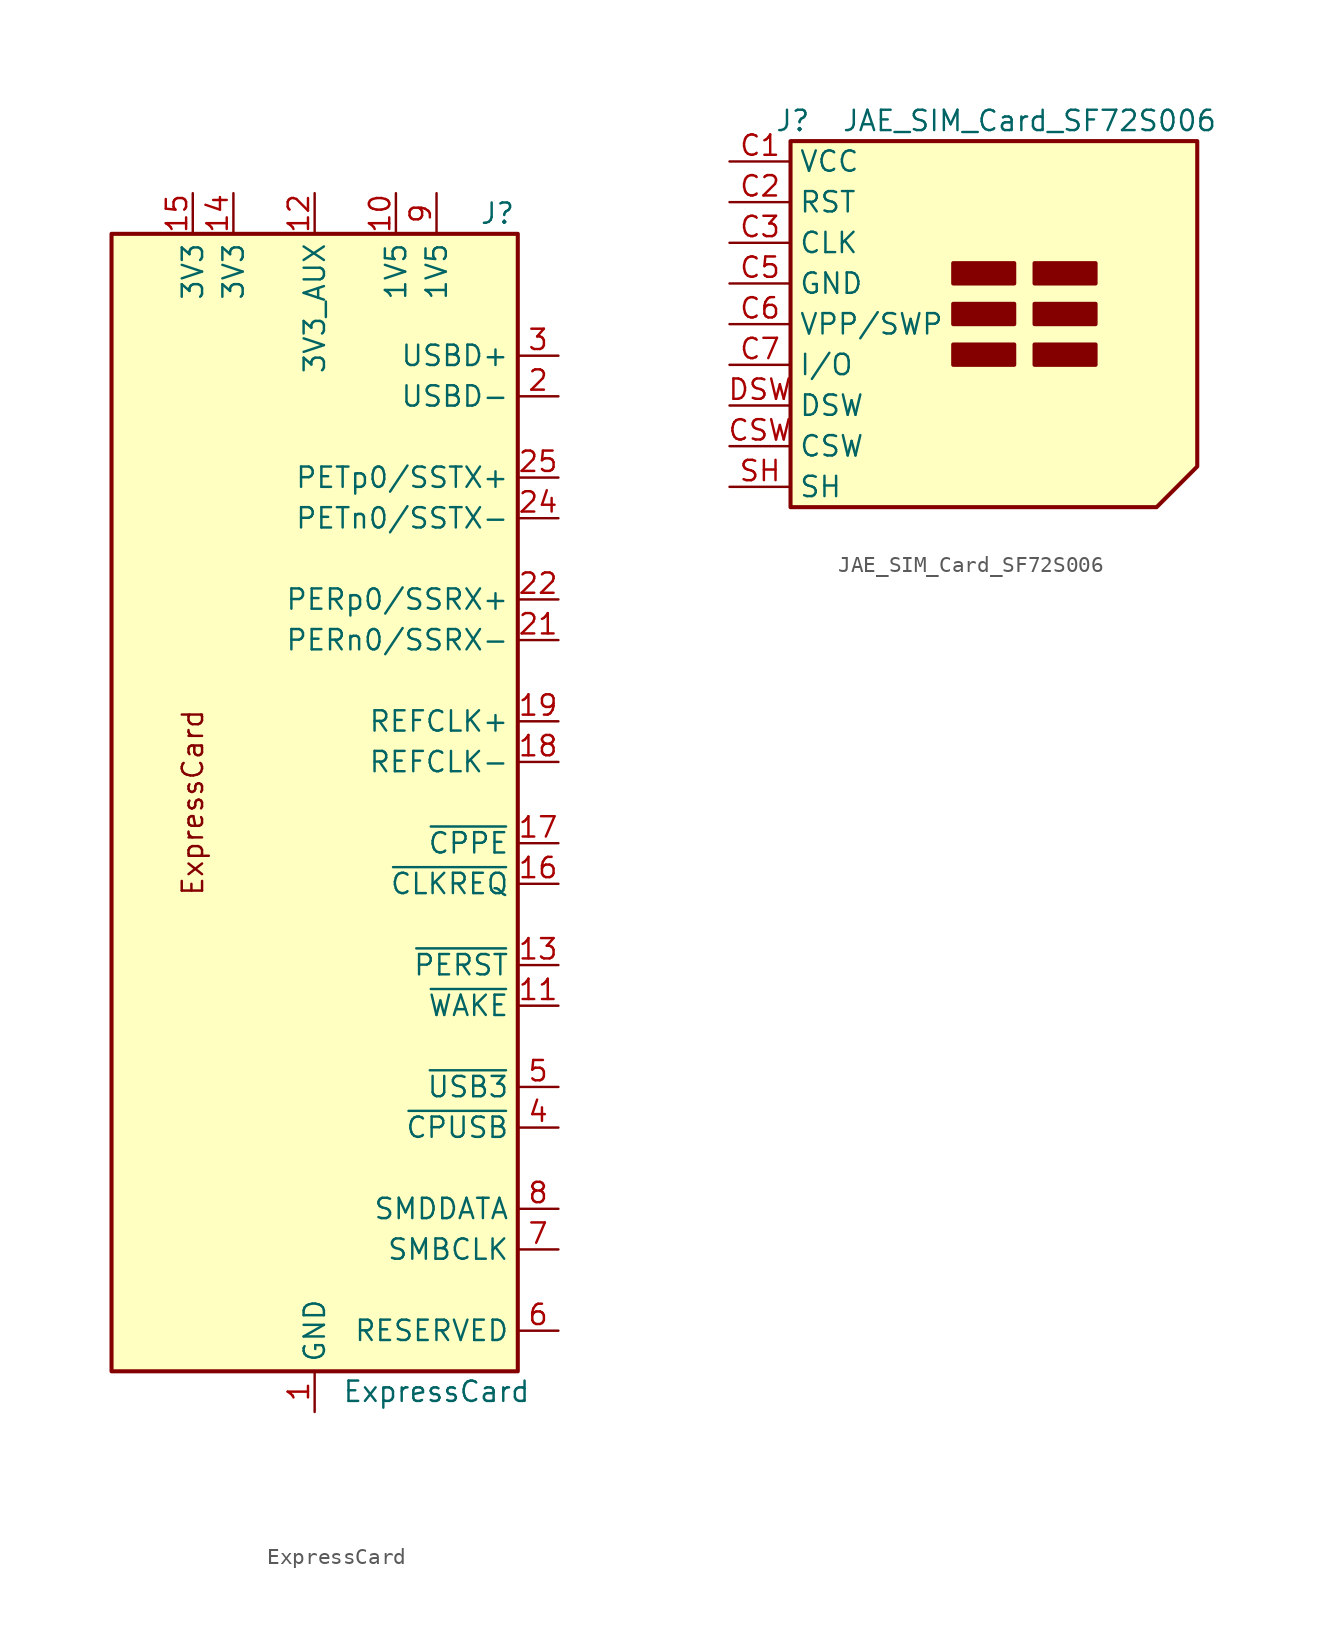
<source format=kicad_sym>
(kicad_symbol_lib
  (version 20211014)
  (generator kicad_symbol_editor)
  (symbol "ExpressCard"
    (property "Reference" "J"
      (at 11.43 36.83 0)
      (effects (font (size 1.27 1.27))))
    (property "Value" "ExpressCard"
      (at 7.62 -36.83 0)
      (effects (font (size 1.27 1.27))))
    (symbol "ExpressCard_0_0"
      (text "ExpressCard" (at -7.62 0 900) (effects (font (size 1.27 1.27)))))
    (symbol "ExpressCard_0_1"
      (rectangle (start -12.7 35.56) (end 12.7 -35.56) (stroke (width 0.254) (type default) (color 0 0 0 0)) (fill (type background))))
    (symbol "ExpressCard_1_1"
      (pin power_out line (at 0 -38.1 90) (length 2.54) (name "GND" (effects (font (size 1.27 1.27)))) (number "1" (effects (font (size 1.27 1.27)))))
      (pin power_out line (at 5.08 38.1 270) (length 2.54) (name "1V5" (effects (font (size 1.27 1.27)))) (number "10" (effects (font (size 1.27 1.27)))))
      (pin input line (at 15.24 -12.7 180) (length 2.54) (name "~{WAKE}" (effects (font (size 1.27 1.27)))) (number "11" (effects (font (size 1.27 1.27)))))
      (pin power_out line (at 0 38.1 270) (length 2.54) (name "3V3_AUX" (effects (font (size 1.27 1.27)))) (number "12" (effects (font (size 1.27 1.27)))))
      (pin output line (at 15.24 -10.16 180) (length 2.54) (name "~{PERST}" (effects (font (size 1.27 1.27)))) (number "13" (effects (font (size 1.27 1.27)))))
      (pin power_out line (at -5.08 38.1 270) (length 2.54) (name "3V3" (effects (font (size 1.27 1.27)))) (number "14" (effects (font (size 1.27 1.27)))))
      (pin power_out line (at -7.62 38.1 270) (length 2.54) (name "3V3" (effects (font (size 1.27 1.27)))) (number "15" (effects (font (size 1.27 1.27)))))
      (pin input line (at 15.24 -5.08 180) (length 2.54) (name "~{CLKREQ}" (effects (font (size 1.27 1.27)))) (number "16" (effects (font (size 1.27 1.27)))))
      (pin input line (at 15.24 -2.54 180) (length 2.54) (name "~{CPPE}" (effects (font (size 1.27 1.27)))) (number "17" (effects (font (size 1.27 1.27)))))
      (pin output line (at 15.24 2.54 180) (length 2.54) (name "REFCLK-" (effects (font (size 1.27 1.27)))) (number "18" (effects (font (size 1.27 1.27)))))
      (pin output line (at 15.24 5.08 180) (length 2.54) (name "REFCLK+" (effects (font (size 1.27 1.27)))) (number "19" (effects (font (size 1.27 1.27)))))
      (pin bidirectional line (at 15.24 25.4 180) (length 2.54) (name "USBD-" (effects (font (size 1.27 1.27)))) (number "2" (effects (font (size 1.27 1.27)))))
      (pin passive line (at 0 -38.1 90) (length 2.54) hide (name "GND" (effects (font (size 1.27 1.27)))) (number "20" (effects (font (size 1.27 1.27)))))
      (pin input line (at 15.24 10.16 180) (length 2.54) (name "PERn0/SSRX-" (effects (font (size 1.27 1.27)))) (number "21" (effects (font (size 1.27 1.27)))))
      (pin input line (at 15.24 12.7 180) (length 2.54) (name "PERp0/SSRX+" (effects (font (size 1.27 1.27)))) (number "22" (effects (font (size 1.27 1.27)))))
      (pin passive line (at 0 -38.1 90) (length 2.54) hide (name "GND" (effects (font (size 1.27 1.27)))) (number "23" (effects (font (size 1.27 1.27)))))
      (pin output line (at 15.24 17.78 180) (length 2.54) (name "PETn0/SSTX-" (effects (font (size 1.27 1.27)))) (number "24" (effects (font (size 1.27 1.27)))))
      (pin output line (at 15.24 20.32 180) (length 2.54) (name "PETp0/SSTX+" (effects (font (size 1.27 1.27)))) (number "25" (effects (font (size 1.27 1.27)))))
      (pin passive line (at 0 -38.1 90) (length 2.54) hide (name "GND" (effects (font (size 1.27 1.27)))) (number "26" (effects (font (size 1.27 1.27)))))
      (pin bidirectional line (at 15.24 27.94 180) (length 2.54) (name "USBD+" (effects (font (size 1.27 1.27)))) (number "3" (effects (font (size 1.27 1.27)))))
      (pin input line (at 15.24 -20.32 180) (length 2.54) (name "~{CPUSB}" (effects (font (size 1.27 1.27)))) (number "4" (effects (font (size 1.27 1.27)))))
      (pin bidirectional line (at 15.24 -17.78 180) (length 2.54) (name "~{USB3}" (effects (font (size 1.27 1.27)))) (number "5" (effects (font (size 1.27 1.27)))))
      (pin passive line (at 15.24 -33.02 180) (length 2.54) (name "RESERVED" (effects (font (size 1.27 1.27)))) (number "6" (effects (font (size 1.27 1.27)))))
      (pin output line (at 15.24 -27.94 180) (length 2.54) (name "SMBCLK" (effects (font (size 1.27 1.27)))) (number "7" (effects (font (size 1.27 1.27)))))
      (pin bidirectional line (at 15.24 -25.4 180) (length 2.54) (name "SMDDATA" (effects (font (size 1.27 1.27)))) (number "8" (effects (font (size 1.27 1.27)))))
      (pin power_out line (at 7.62 38.1 270) (length 2.54) (name "1V5" (effects (font (size 1.27 1.27)))) (number "9" (effects (font (size 1.27 1.27)))))))
  (symbol "JAE_SIM_Card_SF72S006"
    (property "Reference" "J"
      (at 5.08 12.7 0)
      (effects (font (size 1.27 1.27)) (justify right)))
    (property "Value" "JAE_SIM_Card_SF72S006"
      (at 30.48 12.7 0)
      (effects (font (size 1.27 1.27)) (justify right)))
    (symbol "JAE_SIM_Card_SF72S006_0_1"
      (polyline (pts (xy 3.81 11.43) (xy 3.81 -11.43) (xy 26.67 -11.43) (xy 29.21 -8.89) (xy 29.21 11.43) (xy 3.81 11.43)) (stroke (width 0.254) (type default) (color 0 0 0 0)) (fill (type background)))
      (rectangle (start 13.97 -2.54) (end 17.78 -1.27) (stroke (width 0.254) (type default) (color 0 0 0 0)) (fill (type outline)))
      (rectangle (start 13.97 0) (end 17.78 1.27) (stroke (width 0.254) (type default) (color 0 0 0 0)) (fill (type outline)))
      (rectangle (start 13.97 2.54) (end 17.78 3.81) (stroke (width 0.254) (type default) (color 0 0 0 0)) (fill (type outline)))
      (rectangle (start 19.05 -1.27) (end 22.86 -2.54) (stroke (width 0.254) (type default) (color 0 0 0 0)) (fill (type outline)))
      (rectangle (start 19.05 0) (end 22.86 1.27) (stroke (width 0.254) (type default) (color 0 0 0 0)) (fill (type outline)))
      (rectangle (start 19.05 2.54) (end 22.86 3.81) (stroke (width 0.254) (type default) (color 0 0 0 0)) (fill (type outline))))
    (symbol "JAE_SIM_Card_SF72S006_1_1"
      (pin power_in line (at 0 10.16 0) (length 3.81) (name "VCC" (effects (font (size 1.27 1.27)))) (number "C1" (effects (font (size 1.27 1.27)))))
      (pin input line (at 0 7.62 0) (length 3.81) (name "RST" (effects (font (size 1.27 1.27)))) (number "C2" (effects (font (size 1.27 1.27)))))
      (pin input line (at 0 5.08 0) (length 3.81) (name "CLK" (effects (font (size 1.27 1.27)))) (number "C3" (effects (font (size 1.27 1.27)))))
      (pin power_in line (at 0 2.54 0) (length 3.81) (name "GND" (effects (font (size 1.27 1.27)))) (number "C5" (effects (font (size 1.27 1.27)))))
      (pin bidirectional line (at 0 0 0) (length 3.81) (name "VPP/SWP" (effects (font (size 1.27 1.27)))) (number "C6" (effects (font (size 1.27 1.27)))))
      (pin bidirectional line (at 0 -2.54 0) (length 3.81) (name "I/O" (effects (font (size 1.27 1.27)))) (number "C7" (effects (font (size 1.27 1.27)))))
      (pin passive line (at 0 -7.62 0) (length 3.81) (name "CSW" (effects (font (size 1.27 1.27)))) (number "CSW" (effects (font (size 1.27 1.27)))))
      (pin passive line (at 0 -5.08 0) (length 3.81) (name "DSW" (effects (font (size 1.27 1.27)))) (number "DSW" (effects (font (size 1.27 1.27)))))
      (pin passive line (at 0 -10.16 0) (length 3.81) (name "SH" (effects (font (size 1.27 1.27)))) (number "SH" (effects (font (size 1.27 1.27))))))))
</source>
